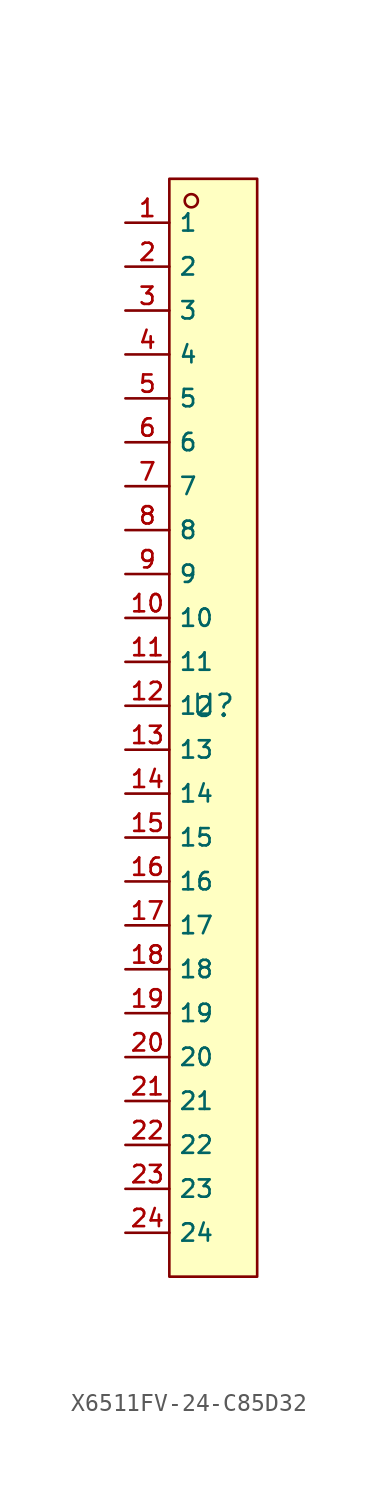
<source format=kicad_sym>
(kicad_symbol_lib
  (version 20210201)
  (generator TousstNicolas/JLC2KiCad_lib)
  (symbol "X6511FV-24-C85D32"
    (property "Reference" "U"
      (at 0 1.27 0)
      (effects (font (size 1.27 1.27))))
    (symbol "X6511FV-24-C85D32_0_1"
      (rectangle (start -2.54 31.75) (end 2.54 -31.75) (stroke (width 0) (type default) (color 0 0 0 0)) (fill (type background)))
      (circle (center -1.27 30.48) (radius 0.381) (stroke (width 0) (type default) (color 0 0 0 0)) (fill (type background)))
      (pin unspecified line (at -5.08 29.21 0) (length 2.54) (name "1" (effects (font (size 1 1)))) (number "1" (effects (font (size 1 1)))))
      (pin unspecified line (at -5.08 26.67 0) (length 2.54) (name "2" (effects (font (size 1 1)))) (number "2" (effects (font (size 1 1)))))
      (pin unspecified line (at -5.08 24.13 0) (length 2.54) (name "3" (effects (font (size 1 1)))) (number "3" (effects (font (size 1 1)))))
      (pin unspecified line (at -5.08 21.59 0) (length 2.54) (name "4" (effects (font (size 1 1)))) (number "4" (effects (font (size 1 1)))))
      (pin unspecified line (at -5.08 19.05 0) (length 2.54) (name "5" (effects (font (size 1 1)))) (number "5" (effects (font (size 1 1)))))
      (pin unspecified line (at -5.08 16.51 0) (length 2.54) (name "6" (effects (font (size 1 1)))) (number "6" (effects (font (size 1 1)))))
      (pin unspecified line (at -5.08 13.97 0) (length 2.54) (name "7" (effects (font (size 1 1)))) (number "7" (effects (font (size 1 1)))))
      (pin unspecified line (at -5.08 11.43 0) (length 2.54) (name "8" (effects (font (size 1 1)))) (number "8" (effects (font (size 1 1)))))
      (pin unspecified line (at -5.08 8.89 0) (length 2.54) (name "9" (effects (font (size 1 1)))) (number "9" (effects (font (size 1 1)))))
      (pin unspecified line (at -5.08 6.35 0) (length 2.54) (name "10" (effects (font (size 1 1)))) (number "10" (effects (font (size 1 1)))))
      (pin unspecified line (at -5.08 3.81 0) (length 2.54) (name "11" (effects (font (size 1 1)))) (number "11" (effects (font (size 1 1)))))
      (pin unspecified line (at -5.08 1.27 0) (length 2.54) (name "12" (effects (font (size 1 1)))) (number "12" (effects (font (size 1 1)))))
      (pin unspecified line (at -5.08 -1.27 0) (length 2.54) (name "13" (effects (font (size 1 1)))) (number "13" (effects (font (size 1 1)))))
      (pin unspecified line (at -5.08 -3.81 0) (length 2.54) (name "14" (effects (font (size 1 1)))) (number "14" (effects (font (size 1 1)))))
      (pin unspecified line (at -5.08 -6.35 0) (length 2.54) (name "15" (effects (font (size 1 1)))) (number "15" (effects (font (size 1 1)))))
      (pin unspecified line (at -5.08 -8.89 0) (length 2.54) (name "16" (effects (font (size 1 1)))) (number "16" (effects (font (size 1 1)))))
      (pin unspecified line (at -5.08 -11.43 0) (length 2.54) (name "17" (effects (font (size 1 1)))) (number "17" (effects (font (size 1 1)))))
      (pin unspecified line (at -5.08 -13.97 0) (length 2.54) (name "18" (effects (font (size 1 1)))) (number "18" (effects (font (size 1 1)))))
      (pin unspecified line (at -5.08 -16.51 0) (length 2.54) (name "19" (effects (font (size 1 1)))) (number "19" (effects (font (size 1 1)))))
      (pin unspecified line (at -5.08 -19.05 0) (length 2.54) (name "20" (effects (font (size 1 1)))) (number "20" (effects (font (size 1 1)))))
      (pin unspecified line (at -5.08 -21.59 0) (length 2.54) (name "21" (effects (font (size 1 1)))) (number "21" (effects (font (size 1 1)))))
      (pin unspecified line (at -5.08 -24.13 0) (length 2.54) (name "22" (effects (font (size 1 1)))) (number "22" (effects (font (size 1 1)))))
      (pin unspecified line (at -5.08 -26.67 0) (length 2.54) (name "23" (effects (font (size 1 1)))) (number "23" (effects (font (size 1 1)))))
      (pin unspecified line (at -5.08 -29.21 0) (length 2.54) (name "24" (effects (font (size 1 1)))) (number "24" (effects (font (size 1 1))))))))
</source>
